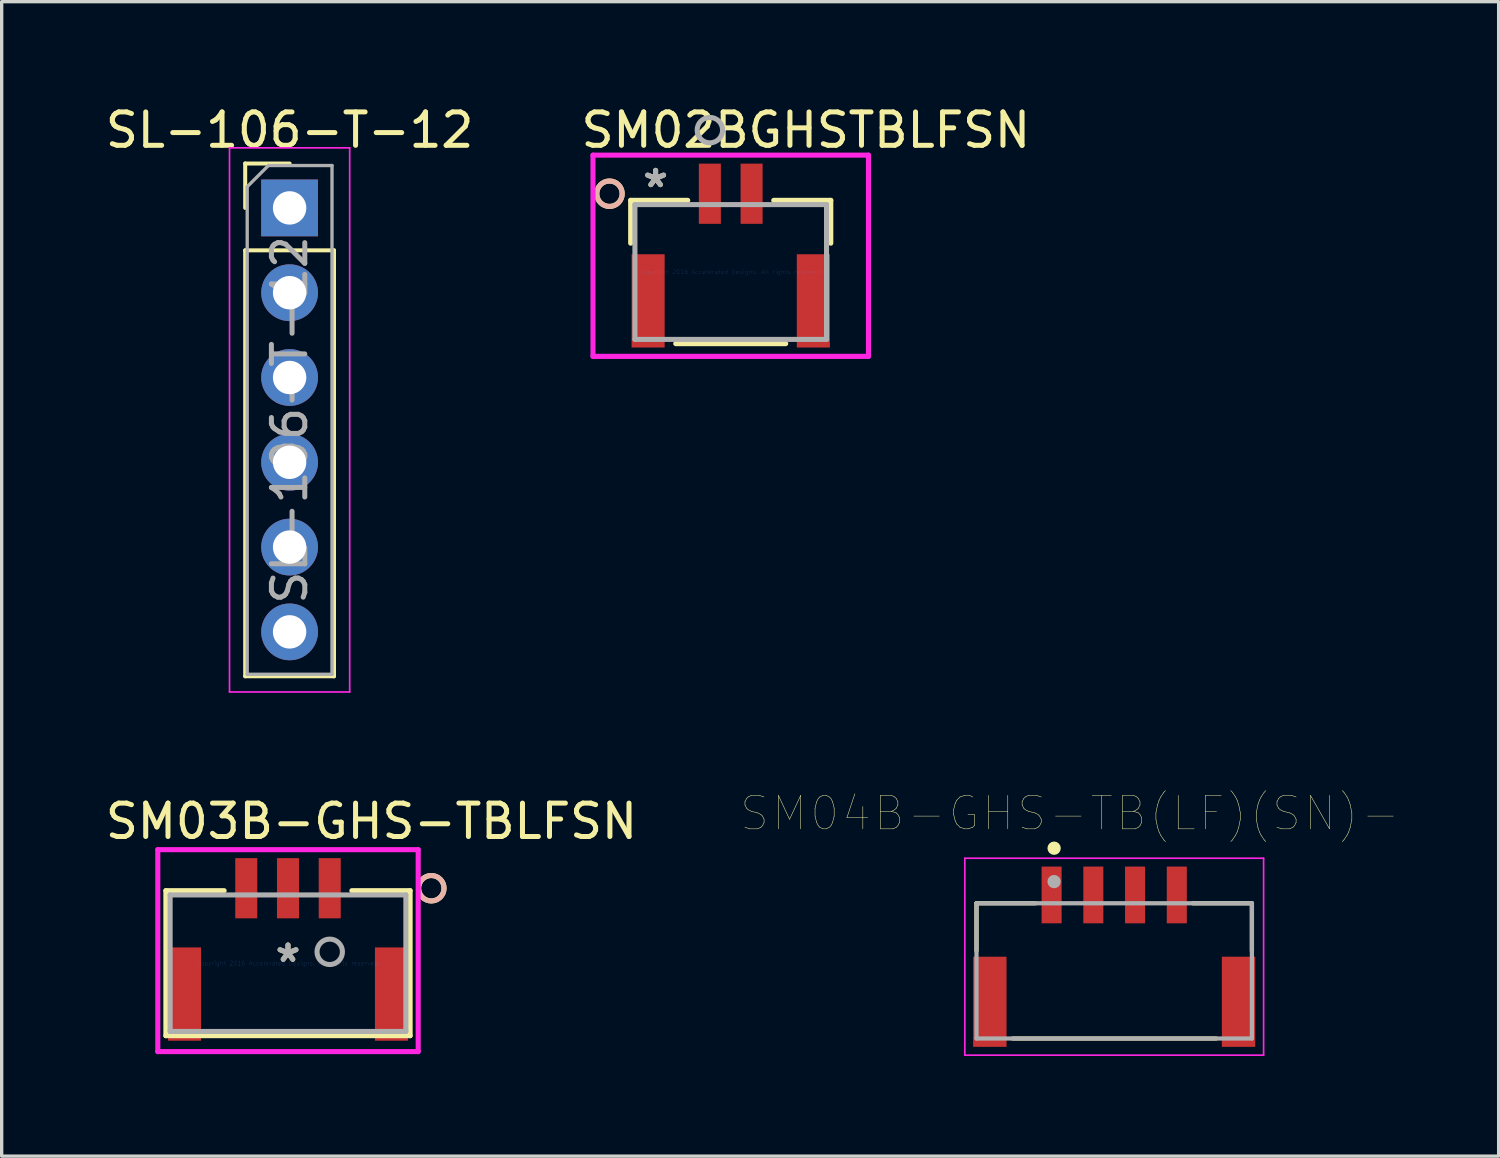
<source format=kicad_pcb>
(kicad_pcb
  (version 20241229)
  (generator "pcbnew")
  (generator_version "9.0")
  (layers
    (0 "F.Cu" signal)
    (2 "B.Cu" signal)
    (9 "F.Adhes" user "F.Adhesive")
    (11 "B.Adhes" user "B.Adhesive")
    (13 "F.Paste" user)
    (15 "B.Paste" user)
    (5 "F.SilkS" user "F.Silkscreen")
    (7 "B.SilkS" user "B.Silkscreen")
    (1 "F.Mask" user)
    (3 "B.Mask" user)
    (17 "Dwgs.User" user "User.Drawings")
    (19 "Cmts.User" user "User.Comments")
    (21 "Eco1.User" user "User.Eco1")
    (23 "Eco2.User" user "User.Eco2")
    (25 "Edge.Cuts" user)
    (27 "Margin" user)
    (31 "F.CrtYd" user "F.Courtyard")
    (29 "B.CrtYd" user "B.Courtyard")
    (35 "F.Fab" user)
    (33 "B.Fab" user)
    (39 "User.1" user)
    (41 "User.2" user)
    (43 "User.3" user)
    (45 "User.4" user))
  (footprint "SM03B-GHS-TBLFSN"
    (layer "F.Cu")
    (at 5.577 25.802)
    (property "Reference" "SM03B-GHS-TBLFSN" (at 2.5 -4.25 0) (layer "F.SilkS") (effects (font (size 1 1) (thickness 0.15))))
    (attr smd)
    (fp_line (start -3.658 -2.172) (end -3.658 2.172) (stroke (width 0.152) (type solid)) (layer "F.SilkS"))
    (fp_line (start -3.658 2.172) (end 3.658 2.172) (stroke (width 0.152) (type solid)) (layer "F.SilkS"))
    (fp_line (start -1.913 -2.172) (end -3.658 -2.172) (stroke (width 0.152) (type solid)) (layer "F.SilkS"))
    (fp_line (start 3.658 -2.172) (end 1.913 -2.172) (stroke (width 0.152) (type solid)) (layer "F.SilkS"))
    (fp_line (start 3.658 2.172) (end 3.658 -2.172) (stroke (width 0.152) (type solid)) (layer "F.SilkS"))
    (fp_circle (center 4.293 -2.245) (end 4.674 -2.245) (stroke (width 0.152) (type solid)) (fill no) (layer "F.SilkS"))
    (fp_circle (center 4.293 -2.245) (end 4.674 -2.245) (stroke (width 0.152) (type solid)) (fill no) (layer "B.SilkS"))
    (fp_line (start -3.9 -3.4) (end -3.9 2.649) (stroke (width 0.152) (type solid)) (layer "F.CrtYd"))
    (fp_line (start -3.9 2.649) (end 3.9 2.649) (stroke (width 0.152) (type solid)) (layer "F.CrtYd"))
    (fp_line (start 3.9 -3.4) (end -3.9 -3.4) (stroke (width 0.152) (type solid)) (layer "F.CrtYd"))
    (fp_line (start 3.9 2.649) (end 3.9 -3.4) (stroke (width 0.152) (type solid)) (layer "F.CrtYd"))
    (fp_line (start -3.531 -2.045) (end -3.531 2.045) (stroke (width 0.152) (type solid)) (layer "F.Fab"))
    (fp_line (start -3.531 2.045) (end 3.531 2.045) (stroke (width 0.152) (type solid)) (layer "F.Fab"))
    (fp_line (start 3.531 -2.045) (end -3.531 -2.045) (stroke (width 0.152) (type solid)) (layer "F.Fab"))
    (fp_line (start 3.531 2.045) (end 3.531 -2.045) (stroke (width 0.152) (type solid)) (layer "F.Fab"))
    (fp_circle (center 1.25 -0.34) (end 1.631 -0.34) (stroke (width 0.152) (type solid)) (fill no) (layer "F.Fab"))
    (fp_text user "*" (at 0 0 0) (layer "F.SilkS") (effects (font (size 1 1) (thickness 0.15))))
    (fp_text user "Copyright 2016 Accelerated Designs. All rights reserved." (at 0 0 0) (layer "Cmts.User") (effects (font (size 0.127 0.127) (thickness 0.002))))
    (fp_text user "*" (at 0 0 0) (layer "F.Fab") (effects (font (size 1 1) (thickness 0.15))))
    (pad "1" smd rect (at -1.25 -2.245) (size 0.66 1.803) (layers "F.Cu" "F.Mask" "F.Paste"))
    (pad "2" smd rect (at 0 -2.245) (size 0.66 1.803) (layers "F.Cu" "F.Mask" "F.Paste"))
    (pad "3" smd rect (at 1.25 -2.245) (size 0.66 1.803) (layers "F.Cu" "F.Mask" "F.Paste"))
    (pad "SH1" smd rect (at -3.1 0.925 90) (size 2.794 0.991) (layers "F.Cu" "F.Mask" "F.Paste"))
    (pad "SH2" smd rect (at 3.1 0.925 90) (size 2.794 0.991) (layers "F.Cu" "F.Mask" "F.Paste")))
  (footprint "SL-106-T-12"
    (layer "F.Cu")
    (at 5.625 3.178)
    (property "Reference" "SL-106-T-12" (at 0 -2.33 0) (layer "F.SilkS") (effects (font (size 1 1) (thickness 0.15))))
    (attr through_hole)
    (fp_line (start -1.33 -1.33) (end 0 -1.33) (stroke (width 0.12) (type solid)) (layer "F.SilkS"))
    (fp_line (start -1.33 0) (end -1.33 -1.33) (stroke (width 0.12) (type solid)) (layer "F.SilkS"))
    (fp_line (start -1.33 1.27) (end -1.33 14.03) (stroke (width 0.12) (type solid)) (layer "F.SilkS"))
    (fp_line (start -1.33 1.27) (end 1.33 1.27) (stroke (width 0.12) (type solid)) (layer "F.SilkS"))
    (fp_line (start -1.33 14.03) (end 1.33 14.03) (stroke (width 0.12) (type solid)) (layer "F.SilkS"))
    (fp_line (start 1.33 1.27) (end 1.33 14.03) (stroke (width 0.12) (type solid)) (layer "F.SilkS"))
    (fp_line (start -1.8 -1.8) (end -1.8 14.5) (stroke (width 0.05) (type solid)) (layer "F.CrtYd"))
    (fp_line (start -1.8 14.5) (end 1.8 14.5) (stroke (width 0.05) (type solid)) (layer "F.CrtYd"))
    (fp_line (start 1.8 -1.8) (end -1.8 -1.8) (stroke (width 0.05) (type solid)) (layer "F.CrtYd"))
    (fp_line (start 1.8 14.5) (end 1.8 -1.8) (stroke (width 0.05) (type solid)) (layer "F.CrtYd"))
    (fp_line (start -1.27 -0.635) (end -0.635 -1.27) (stroke (width 0.1) (type solid)) (layer "F.Fab"))
    (fp_line (start -1.27 13.97) (end -1.27 -0.635) (stroke (width 0.1) (type solid)) (layer "F.Fab"))
    (fp_line (start -0.635 -1.27) (end 1.27 -1.27) (stroke (width 0.1) (type solid)) (layer "F.Fab"))
    (fp_line (start 1.27 -1.27) (end 1.27 13.97) (stroke (width 0.1) (type solid)) (layer "F.Fab"))
    (fp_line (start 1.27 13.97) (end -1.27 13.97) (stroke (width 0.1) (type solid)) (layer "F.Fab"))
    (fp_text user "${REFERENCE}" (at 0 6.35 90) (layer "F.Fab") (effects (font (size 1 1) (thickness 0.15))))
    (pad "1" thru_hole rect (at 0 0) (size 1.7 1.7) (drill 1) (layers "*.Cu" "*.Mask"))
    (pad "2" thru_hole oval (at 0 2.54) (size 1.7 1.7) (drill 1) (layers "*.Cu" "*.Mask"))
    (pad "3" thru_hole oval (at 0 5.08) (size 1.7 1.7) (drill 1) (layers "*.Cu" "*.Mask"))
    (pad "4" thru_hole oval (at 0 7.62) (size 1.7 1.7) (drill 1) (layers "*.Cu" "*.Mask"))
    (pad "5" thru_hole oval (at 0 10.16) (size 1.7 1.7) (drill 1) (layers "*.Cu" "*.Mask"))
    (pad "6" thru_hole oval (at 0 12.7) (size 1.7 1.7) (drill 1) (layers "*.Cu" "*.Mask")))
  (footprint "SM04B-GHS-TB(LF)(SN)-"
    (layer "F.Cu")
    (at 30.326 26.033)
    (property "Reference" "SM04B-GHS-TB(LF)(SN)-" (at -1.327 -4.718 0) (layer "F.SilkS") (effects (font (size 1.002 1.002) (thickness 0.015))))
    (attr smd)
    (fp_line (start -4.125 -2.025) (end -2.36 -2.025) (stroke (width 0.127) (type solid)) (layer "F.SilkS"))
    (fp_line (start -4.125 -0.605) (end -4.125 -2.025) (stroke (width 0.127) (type solid)) (layer "F.SilkS"))
    (fp_line (start -3.04 2.025) (end 3.05 2.025) (stroke (width 0.127) (type solid)) (layer "F.SilkS"))
    (fp_line (start 4.125 -2.025) (end 2.36 -2.025) (stroke (width 0.127) (type solid)) (layer "F.SilkS"))
    (fp_line (start 4.125 -0.595) (end 4.125 -2.025) (stroke (width 0.127) (type solid)) (layer "F.SilkS"))
    (fp_circle (center -1.8 -3.675) (end -1.7 -3.675) (stroke (width 0.2) (type solid)) (fill no) (layer "F.SilkS"))
    (fp_line (start -4.475 -3.375) (end 4.475 -3.375) (stroke (width 0.05) (type solid)) (layer "F.CrtYd"))
    (fp_line (start -4.475 2.525) (end -4.475 -3.375) (stroke (width 0.05) (type solid)) (layer "F.CrtYd"))
    (fp_line (start 4.475 -3.375) (end 4.475 2.525) (stroke (width 0.05) (type solid)) (layer "F.CrtYd"))
    (fp_line (start 4.475 2.525) (end -4.475 2.525) (stroke (width 0.05) (type solid)) (layer "F.CrtYd"))
    (fp_line (start -4.125 -2.025) (end 4.125 -2.025) (stroke (width 0.127) (type solid)) (layer "F.Fab"))
    (fp_line (start -4.125 2.025) (end -4.125 -2.025) (stroke (width 0.127) (type solid)) (layer "F.Fab"))
    (fp_line (start 4.125 -2.025) (end 4.125 2.025) (stroke (width 0.127) (type solid)) (layer "F.Fab"))
    (fp_line (start 4.125 2.025) (end -4.125 2.025) (stroke (width 0.127) (type solid)) (layer "F.Fab"))
    (fp_circle (center -1.8 -2.675) (end -1.7 -2.675) (stroke (width 0.2) (type solid)) (fill no) (layer "F.Fab"))
    (pad "1" smd rect (at -1.875 -2.275) (size 0.6 1.7) (layers "F.Cu" "F.Mask" "F.Paste"))
    (pad "2" smd rect (at -0.625 -2.275) (size 0.6 1.7) (layers "F.Cu" "F.Mask" "F.Paste"))
    (pad "3" smd rect (at 0.625 -2.275) (size 0.6 1.7) (layers "F.Cu" "F.Mask" "F.Paste"))
    (pad "4" smd rect (at 1.875 -2.275) (size 0.6 1.7) (layers "F.Cu" "F.Mask" "F.Paste"))
    (pad "SH1" smd rect (at -3.725 0.925) (size 1 2.7) (layers "F.Cu" "F.Mask" "F.Paste"))
    (pad "SH2" smd rect (at 3.725 0.925) (size 1 2.7) (layers "F.Cu" "F.Mask" "F.Paste")))
  (footprint "SM02BGHSTBLFSN"
    (layer "F.Cu")
    (at 18.839 5.098)
    (property "Reference" "SM02BGHSTBLFSN" (at 2.25 -4.25 0) (layer "F.SilkS") (effects (font (size 1 1) (thickness 0.15))))
    (attr through_hole)
    (fp_line (start -2.997 -2.146) (end -2.997 -0.864) (stroke (width 0.152) (type solid)) (layer "F.SilkS"))
    (fp_line (start -1.647 2.146) (end 1.647 2.146) (stroke (width 0.152) (type solid)) (layer "F.SilkS"))
    (fp_line (start -1.288 -2.146) (end -2.997 -2.146) (stroke (width 0.152) (type solid)) (layer "F.SilkS"))
    (fp_line (start 2.997 -2.146) (end 1.288 -2.146) (stroke (width 0.152) (type solid)) (layer "F.SilkS"))
    (fp_line (start 2.997 -0.864) (end 2.997 -2.146) (stroke (width 0.152) (type solid)) (layer "F.SilkS"))
    (fp_circle (center -3.632 -2.345) (end -3.251 -2.345) (stroke (width 0.152) (type solid)) (fill no) (layer "F.SilkS"))
    (fp_circle (center -3.632 -2.345) (end -3.251 -2.345) (stroke (width 0.152) (type solid)) (fill no) (layer "B.SilkS"))
    (fp_line (start -4.126 -3.501) (end -4.126 2.527) (stroke (width 0.152) (type solid)) (layer "F.CrtYd"))
    (fp_line (start -4.126 2.527) (end 4.126 2.527) (stroke (width 0.152) (type solid)) (layer "F.CrtYd"))
    (fp_line (start 4.126 -3.501) (end -4.126 -3.501) (stroke (width 0.152) (type solid)) (layer "F.CrtYd"))
    (fp_line (start 4.126 2.527) (end 4.126 -3.501) (stroke (width 0.152) (type solid)) (layer "F.CrtYd"))
    (fp_line (start -2.87 -2.019) (end -2.87 2.019) (stroke (width 0.152) (type solid)) (layer "F.Fab"))
    (fp_line (start -2.87 2.019) (end 2.87 2.019) (stroke (width 0.152) (type solid)) (layer "F.Fab"))
    (fp_line (start 2.87 -2.019) (end -2.87 -2.019) (stroke (width 0.152) (type solid)) (layer "F.Fab"))
    (fp_line (start 2.87 2.019) (end 2.87 -2.019) (stroke (width 0.152) (type solid)) (layer "F.Fab"))
    (fp_circle (center -0.625 -4.25) (end -0.244 -4.25) (stroke (width 0.152) (type solid)) (fill no) (layer "F.Fab"))
    (fp_text user "*" (at -2.25 -2.5 0) (layer "F.SilkS") (effects (font (size 1 1) (thickness 0.15))))
    (fp_text user "Copyright 2016 Accelerated Designs. All rights reserved." (at 0 0 0) (layer "Cmts.User") (effects (font (size 0.127 0.127) (thickness 0.002))))
    (fp_text user "*" (at -2.25 -2.5 0) (layer "F.Fab") (effects (font (size 1 1) (thickness 0.15))))
    (pad "1" smd rect (at -0.625 -2.345) (size 0.66 1.803) (layers "F.Cu" "F.Mask" "F.Paste"))
    (pad "2" smd rect (at 0.625 -2.345) (size 0.66 1.803) (layers "F.Cu" "F.Mask" "F.Paste"))
    (pad "SH1" smd rect (at -2.475 0.865 90) (size 2.794 0.991) (layers "F.Cu" "F.Mask" "F.Paste"))
    (pad "SH1" smd rect (at 2.475 0.865 90) (size 2.794 0.991) (layers "F.Cu" "F.Mask" "F.Paste")))
  (gr_rect
    (start -3 -3)
    (end 41.842 31.583)
    (stroke (width 0.1) (type default))
    (fill no)
    (layer "Edge.Cuts")))
</source>
